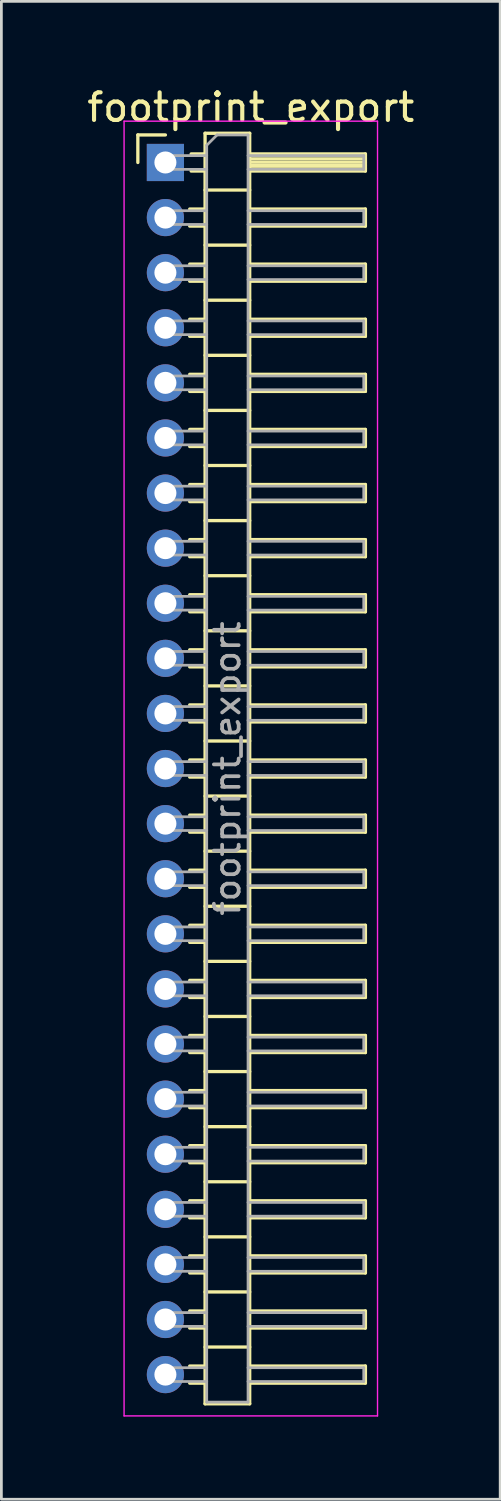
<source format=kicad_pcb>
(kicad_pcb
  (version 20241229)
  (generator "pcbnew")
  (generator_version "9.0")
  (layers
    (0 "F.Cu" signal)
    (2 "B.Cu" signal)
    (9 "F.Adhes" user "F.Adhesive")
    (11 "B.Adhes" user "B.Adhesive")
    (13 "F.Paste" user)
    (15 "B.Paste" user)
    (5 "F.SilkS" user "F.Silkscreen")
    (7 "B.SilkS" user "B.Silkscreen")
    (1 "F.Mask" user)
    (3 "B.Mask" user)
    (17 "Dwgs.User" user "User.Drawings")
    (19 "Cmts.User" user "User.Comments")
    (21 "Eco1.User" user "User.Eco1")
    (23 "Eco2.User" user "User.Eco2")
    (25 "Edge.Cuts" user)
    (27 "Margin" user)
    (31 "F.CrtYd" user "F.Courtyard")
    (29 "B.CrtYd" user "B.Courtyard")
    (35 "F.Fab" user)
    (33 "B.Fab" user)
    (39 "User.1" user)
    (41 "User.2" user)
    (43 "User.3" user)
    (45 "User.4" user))
  (footprint "footprint_export"
    (layer "F.Cu")
    (at 2.954 2.848)
    (property "Reference" "footprint_export" (at 3.1 -2 0) (layer "F.SilkS") (effects (font (size 1 1) (thickness 0.15))))
    (attr through_hole)
    (fp_line (start -1 -1) (end 0 -1) (stroke (width 0.12) (type solid)) (layer "F.SilkS"))
    (fp_line (start -1 0) (end -1 -1) (stroke (width 0.12) (type solid)) (layer "F.SilkS"))
    (fp_line (start 0.882 1.69) (end 1.44 1.69) (stroke (width 0.12) (type solid)) (layer "F.SilkS"))
    (fp_line (start 0.882 2.31) (end 1.44 2.31) (stroke (width 0.12) (type solid)) (layer "F.SilkS"))
    (fp_line (start 0.882 3.69) (end 1.44 3.69) (stroke (width 0.12) (type solid)) (layer "F.SilkS"))
    (fp_line (start 0.882 4.31) (end 1.44 4.31) (stroke (width 0.12) (type solid)) (layer "F.SilkS"))
    (fp_line (start 0.882 5.69) (end 1.44 5.69) (stroke (width 0.12) (type solid)) (layer "F.SilkS"))
    (fp_line (start 0.882 6.31) (end 1.44 6.31) (stroke (width 0.12) (type solid)) (layer "F.SilkS"))
    (fp_line (start 0.882 7.69) (end 1.44 7.69) (stroke (width 0.12) (type solid)) (layer "F.SilkS"))
    (fp_line (start 0.882 8.31) (end 1.44 8.31) (stroke (width 0.12) (type solid)) (layer "F.SilkS"))
    (fp_line (start 0.882 9.69) (end 1.44 9.69) (stroke (width 0.12) (type solid)) (layer "F.SilkS"))
    (fp_line (start 0.882 10.31) (end 1.44 10.31) (stroke (width 0.12) (type solid)) (layer "F.SilkS"))
    (fp_line (start 0.882 11.69) (end 1.44 11.69) (stroke (width 0.12) (type solid)) (layer "F.SilkS"))
    (fp_line (start 0.882 12.31) (end 1.44 12.31) (stroke (width 0.12) (type solid)) (layer "F.SilkS"))
    (fp_line (start 0.882 13.69) (end 1.44 13.69) (stroke (width 0.12) (type solid)) (layer "F.SilkS"))
    (fp_line (start 0.882 14.31) (end 1.44 14.31) (stroke (width 0.12) (type solid)) (layer "F.SilkS"))
    (fp_line (start 0.882 15.69) (end 1.44 15.69) (stroke (width 0.12) (type solid)) (layer "F.SilkS"))
    (fp_line (start 0.882 16.31) (end 1.44 16.31) (stroke (width 0.12) (type solid)) (layer "F.SilkS"))
    (fp_line (start 0.882 17.69) (end 1.44 17.69) (stroke (width 0.12) (type solid)) (layer "F.SilkS"))
    (fp_line (start 0.882 18.31) (end 1.44 18.31) (stroke (width 0.12) (type solid)) (layer "F.SilkS"))
    (fp_line (start 0.882 19.69) (end 1.44 19.69) (stroke (width 0.12) (type solid)) (layer "F.SilkS"))
    (fp_line (start 0.882 20.31) (end 1.44 20.31) (stroke (width 0.12) (type solid)) (layer "F.SilkS"))
    (fp_line (start 0.882 21.69) (end 1.44 21.69) (stroke (width 0.12) (type solid)) (layer "F.SilkS"))
    (fp_line (start 0.882 22.31) (end 1.44 22.31) (stroke (width 0.12) (type solid)) (layer "F.SilkS"))
    (fp_line (start 0.882 23.69) (end 1.44 23.69) (stroke (width 0.12) (type solid)) (layer "F.SilkS"))
    (fp_line (start 0.882 24.31) (end 1.44 24.31) (stroke (width 0.12) (type solid)) (layer "F.SilkS"))
    (fp_line (start 0.882 25.69) (end 1.44 25.69) (stroke (width 0.12) (type solid)) (layer "F.SilkS"))
    (fp_line (start 0.882 26.31) (end 1.44 26.31) (stroke (width 0.12) (type solid)) (layer "F.SilkS"))
    (fp_line (start 0.882 27.69) (end 1.44 27.69) (stroke (width 0.12) (type solid)) (layer "F.SilkS"))
    (fp_line (start 0.882 28.31) (end 1.44 28.31) (stroke (width 0.12) (type solid)) (layer "F.SilkS"))
    (fp_line (start 0.882 29.69) (end 1.44 29.69) (stroke (width 0.12) (type solid)) (layer "F.SilkS"))
    (fp_line (start 0.882 30.31) (end 1.44 30.31) (stroke (width 0.12) (type solid)) (layer "F.SilkS"))
    (fp_line (start 0.882 31.69) (end 1.44 31.69) (stroke (width 0.12) (type solid)) (layer "F.SilkS"))
    (fp_line (start 0.882 32.31) (end 1.44 32.31) (stroke (width 0.12) (type solid)) (layer "F.SilkS"))
    (fp_line (start 0.882 33.69) (end 1.44 33.69) (stroke (width 0.12) (type solid)) (layer "F.SilkS"))
    (fp_line (start 0.882 34.31) (end 1.44 34.31) (stroke (width 0.12) (type solid)) (layer "F.SilkS"))
    (fp_line (start 0.882 35.69) (end 1.44 35.69) (stroke (width 0.12) (type solid)) (layer "F.SilkS"))
    (fp_line (start 0.882 36.31) (end 1.44 36.31) (stroke (width 0.12) (type solid)) (layer "F.SilkS"))
    (fp_line (start 0.882 37.69) (end 1.44 37.69) (stroke (width 0.12) (type solid)) (layer "F.SilkS"))
    (fp_line (start 0.882 38.31) (end 1.44 38.31) (stroke (width 0.12) (type solid)) (layer "F.SilkS"))
    (fp_line (start 0.882 39.69) (end 1.44 39.69) (stroke (width 0.12) (type solid)) (layer "F.SilkS"))
    (fp_line (start 0.882 40.31) (end 1.44 40.31) (stroke (width 0.12) (type solid)) (layer "F.SilkS"))
    (fp_line (start 0.882 41.69) (end 1.44 41.69) (stroke (width 0.12) (type solid)) (layer "F.SilkS"))
    (fp_line (start 0.882 42.31) (end 1.44 42.31) (stroke (width 0.12) (type solid)) (layer "F.SilkS"))
    (fp_line (start 0.882 43.69) (end 1.44 43.69) (stroke (width 0.12) (type solid)) (layer "F.SilkS"))
    (fp_line (start 0.882 44.31) (end 1.44 44.31) (stroke (width 0.12) (type solid)) (layer "F.SilkS"))
    (fp_line (start 0.935 -0.31) (end 1.44 -0.31) (stroke (width 0.12) (type solid)) (layer "F.SilkS"))
    (fp_line (start 0.935 0.31) (end 1.44 0.31) (stroke (width 0.12) (type solid)) (layer "F.SilkS"))
    (fp_line (start 1.44 -1.06) (end 1.44 45.06) (stroke (width 0.12) (type solid)) (layer "F.SilkS"))
    (fp_line (start 1.44 1) (end 3.06 1) (stroke (width 0.12) (type solid)) (layer "F.SilkS"))
    (fp_line (start 1.44 3) (end 3.06 3) (stroke (width 0.12) (type solid)) (layer "F.SilkS"))
    (fp_line (start 1.44 5) (end 3.06 5) (stroke (width 0.12) (type solid)) (layer "F.SilkS"))
    (fp_line (start 1.44 7) (end 3.06 7) (stroke (width 0.12) (type solid)) (layer "F.SilkS"))
    (fp_line (start 1.44 9) (end 3.06 9) (stroke (width 0.12) (type solid)) (layer "F.SilkS"))
    (fp_line (start 1.44 11) (end 3.06 11) (stroke (width 0.12) (type solid)) (layer "F.SilkS"))
    (fp_line (start 1.44 13) (end 3.06 13) (stroke (width 0.12) (type solid)) (layer "F.SilkS"))
    (fp_line (start 1.44 15) (end 3.06 15) (stroke (width 0.12) (type solid)) (layer "F.SilkS"))
    (fp_line (start 1.44 17) (end 3.06 17) (stroke (width 0.12) (type solid)) (layer "F.SilkS"))
    (fp_line (start 1.44 19) (end 3.06 19) (stroke (width 0.12) (type solid)) (layer "F.SilkS"))
    (fp_line (start 1.44 21) (end 3.06 21) (stroke (width 0.12) (type solid)) (layer "F.SilkS"))
    (fp_line (start 1.44 23) (end 3.06 23) (stroke (width 0.12) (type solid)) (layer "F.SilkS"))
    (fp_line (start 1.44 25) (end 3.06 25) (stroke (width 0.12) (type solid)) (layer "F.SilkS"))
    (fp_line (start 1.44 27) (end 3.06 27) (stroke (width 0.12) (type solid)) (layer "F.SilkS"))
    (fp_line (start 1.44 29) (end 3.06 29) (stroke (width 0.12) (type solid)) (layer "F.SilkS"))
    (fp_line (start 1.44 31) (end 3.06 31) (stroke (width 0.12) (type solid)) (layer "F.SilkS"))
    (fp_line (start 1.44 33) (end 3.06 33) (stroke (width 0.12) (type solid)) (layer "F.SilkS"))
    (fp_line (start 1.44 35) (end 3.06 35) (stroke (width 0.12) (type solid)) (layer "F.SilkS"))
    (fp_line (start 1.44 37) (end 3.06 37) (stroke (width 0.12) (type solid)) (layer "F.SilkS"))
    (fp_line (start 1.44 39) (end 3.06 39) (stroke (width 0.12) (type solid)) (layer "F.SilkS"))
    (fp_line (start 1.44 41) (end 3.06 41) (stroke (width 0.12) (type solid)) (layer "F.SilkS"))
    (fp_line (start 1.44 43) (end 3.06 43) (stroke (width 0.12) (type solid)) (layer "F.SilkS"))
    (fp_line (start 1.44 45.06) (end 3.06 45.06) (stroke (width 0.12) (type solid)) (layer "F.SilkS"))
    (fp_line (start 3.06 -1.06) (end 1.44 -1.06) (stroke (width 0.12) (type solid)) (layer "F.SilkS"))
    (fp_line (start 3.06 -0.31) (end 7.26 -0.31) (stroke (width 0.12) (type solid)) (layer "F.SilkS"))
    (fp_line (start 3.06 -0.25) (end 7.26 -0.25) (stroke (width 0.12) (type solid)) (layer "F.SilkS"))
    (fp_line (start 3.06 -0.13) (end 7.26 -0.13) (stroke (width 0.12) (type solid)) (layer "F.SilkS"))
    (fp_line (start 3.06 -0.01) (end 7.26 -0.01) (stroke (width 0.12) (type solid)) (layer "F.SilkS"))
    (fp_line (start 3.06 0.11) (end 7.26 0.11) (stroke (width 0.12) (type solid)) (layer "F.SilkS"))
    (fp_line (start 3.06 0.23) (end 7.26 0.23) (stroke (width 0.12) (type solid)) (layer "F.SilkS"))
    (fp_line (start 3.06 1.69) (end 7.26 1.69) (stroke (width 0.12) (type solid)) (layer "F.SilkS"))
    (fp_line (start 3.06 3.69) (end 7.26 3.69) (stroke (width 0.12) (type solid)) (layer "F.SilkS"))
    (fp_line (start 3.06 5.69) (end 7.26 5.69) (stroke (width 0.12) (type solid)) (layer "F.SilkS"))
    (fp_line (start 3.06 7.69) (end 7.26 7.69) (stroke (width 0.12) (type solid)) (layer "F.SilkS"))
    (fp_line (start 3.06 9.69) (end 7.26 9.69) (stroke (width 0.12) (type solid)) (layer "F.SilkS"))
    (fp_line (start 3.06 11.69) (end 7.26 11.69) (stroke (width 0.12) (type solid)) (layer "F.SilkS"))
    (fp_line (start 3.06 13.69) (end 7.26 13.69) (stroke (width 0.12) (type solid)) (layer "F.SilkS"))
    (fp_line (start 3.06 15.69) (end 7.26 15.69) (stroke (width 0.12) (type solid)) (layer "F.SilkS"))
    (fp_line (start 3.06 17.69) (end 7.26 17.69) (stroke (width 0.12) (type solid)) (layer "F.SilkS"))
    (fp_line (start 3.06 19.69) (end 7.26 19.69) (stroke (width 0.12) (type solid)) (layer "F.SilkS"))
    (fp_line (start 3.06 21.69) (end 7.26 21.69) (stroke (width 0.12) (type solid)) (layer "F.SilkS"))
    (fp_line (start 3.06 23.69) (end 7.26 23.69) (stroke (width 0.12) (type solid)) (layer "F.SilkS"))
    (fp_line (start 3.06 25.69) (end 7.26 25.69) (stroke (width 0.12) (type solid)) (layer "F.SilkS"))
    (fp_line (start 3.06 27.69) (end 7.26 27.69) (stroke (width 0.12) (type solid)) (layer "F.SilkS"))
    (fp_line (start 3.06 29.69) (end 7.26 29.69) (stroke (width 0.12) (type solid)) (layer "F.SilkS"))
    (fp_line (start 3.06 31.69) (end 7.26 31.69) (stroke (width 0.12) (type solid)) (layer "F.SilkS"))
    (fp_line (start 3.06 33.69) (end 7.26 33.69) (stroke (width 0.12) (type solid)) (layer "F.SilkS"))
    (fp_line (start 3.06 35.69) (end 7.26 35.69) (stroke (width 0.12) (type solid)) (layer "F.SilkS"))
    (fp_line (start 3.06 37.69) (end 7.26 37.69) (stroke (width 0.12) (type solid)) (layer "F.SilkS"))
    (fp_line (start 3.06 39.69) (end 7.26 39.69) (stroke (width 0.12) (type solid)) (layer "F.SilkS"))
    (fp_line (start 3.06 41.69) (end 7.26 41.69) (stroke (width 0.12) (type solid)) (layer "F.SilkS"))
    (fp_line (start 3.06 43.69) (end 7.26 43.69) (stroke (width 0.12) (type solid)) (layer "F.SilkS"))
    (fp_line (start 3.06 45.06) (end 3.06 -1.06) (stroke (width 0.12) (type solid)) (layer "F.SilkS"))
    (fp_line (start 7.26 -0.31) (end 7.26 0.31) (stroke (width 0.12) (type solid)) (layer "F.SilkS"))
    (fp_line (start 7.26 0.31) (end 3.06 0.31) (stroke (width 0.12) (type solid)) (layer "F.SilkS"))
    (fp_line (start 7.26 1.69) (end 7.26 2.31) (stroke (width 0.12) (type solid)) (layer "F.SilkS"))
    (fp_line (start 7.26 2.31) (end 3.06 2.31) (stroke (width 0.12) (type solid)) (layer "F.SilkS"))
    (fp_line (start 7.26 3.69) (end 7.26 4.31) (stroke (width 0.12) (type solid)) (layer "F.SilkS"))
    (fp_line (start 7.26 4.31) (end 3.06 4.31) (stroke (width 0.12) (type solid)) (layer "F.SilkS"))
    (fp_line (start 7.26 5.69) (end 7.26 6.31) (stroke (width 0.12) (type solid)) (layer "F.SilkS"))
    (fp_line (start 7.26 6.31) (end 3.06 6.31) (stroke (width 0.12) (type solid)) (layer "F.SilkS"))
    (fp_line (start 7.26 7.69) (end 7.26 8.31) (stroke (width 0.12) (type solid)) (layer "F.SilkS"))
    (fp_line (start 7.26 8.31) (end 3.06 8.31) (stroke (width 0.12) (type solid)) (layer "F.SilkS"))
    (fp_line (start 7.26 9.69) (end 7.26 10.31) (stroke (width 0.12) (type solid)) (layer "F.SilkS"))
    (fp_line (start 7.26 10.31) (end 3.06 10.31) (stroke (width 0.12) (type solid)) (layer "F.SilkS"))
    (fp_line (start 7.26 11.69) (end 7.26 12.31) (stroke (width 0.12) (type solid)) (layer "F.SilkS"))
    (fp_line (start 7.26 12.31) (end 3.06 12.31) (stroke (width 0.12) (type solid)) (layer "F.SilkS"))
    (fp_line (start 7.26 13.69) (end 7.26 14.31) (stroke (width 0.12) (type solid)) (layer "F.SilkS"))
    (fp_line (start 7.26 14.31) (end 3.06 14.31) (stroke (width 0.12) (type solid)) (layer "F.SilkS"))
    (fp_line (start 7.26 15.69) (end 7.26 16.31) (stroke (width 0.12) (type solid)) (layer "F.SilkS"))
    (fp_line (start 7.26 16.31) (end 3.06 16.31) (stroke (width 0.12) (type solid)) (layer "F.SilkS"))
    (fp_line (start 7.26 17.69) (end 7.26 18.31) (stroke (width 0.12) (type solid)) (layer "F.SilkS"))
    (fp_line (start 7.26 18.31) (end 3.06 18.31) (stroke (width 0.12) (type solid)) (layer "F.SilkS"))
    (fp_line (start 7.26 19.69) (end 7.26 20.31) (stroke (width 0.12) (type solid)) (layer "F.SilkS"))
    (fp_line (start 7.26 20.31) (end 3.06 20.31) (stroke (width 0.12) (type solid)) (layer "F.SilkS"))
    (fp_line (start 7.26 21.69) (end 7.26 22.31) (stroke (width 0.12) (type solid)) (layer "F.SilkS"))
    (fp_line (start 7.26 22.31) (end 3.06 22.31) (stroke (width 0.12) (type solid)) (layer "F.SilkS"))
    (fp_line (start 7.26 23.69) (end 7.26 24.31) (stroke (width 0.12) (type solid)) (layer "F.SilkS"))
    (fp_line (start 7.26 24.31) (end 3.06 24.31) (stroke (width 0.12) (type solid)) (layer "F.SilkS"))
    (fp_line (start 7.26 25.69) (end 7.26 26.31) (stroke (width 0.12) (type solid)) (layer "F.SilkS"))
    (fp_line (start 7.26 26.31) (end 3.06 26.31) (stroke (width 0.12) (type solid)) (layer "F.SilkS"))
    (fp_line (start 7.26 27.69) (end 7.26 28.31) (stroke (width 0.12) (type solid)) (layer "F.SilkS"))
    (fp_line (start 7.26 28.31) (end 3.06 28.31) (stroke (width 0.12) (type solid)) (layer "F.SilkS"))
    (fp_line (start 7.26 29.69) (end 7.26 30.31) (stroke (width 0.12) (type solid)) (layer "F.SilkS"))
    (fp_line (start 7.26 30.31) (end 3.06 30.31) (stroke (width 0.12) (type solid)) (layer "F.SilkS"))
    (fp_line (start 7.26 31.69) (end 7.26 32.31) (stroke (width 0.12) (type solid)) (layer "F.SilkS"))
    (fp_line (start 7.26 32.31) (end 3.06 32.31) (stroke (width 0.12) (type solid)) (layer "F.SilkS"))
    (fp_line (start 7.26 33.69) (end 7.26 34.31) (stroke (width 0.12) (type solid)) (layer "F.SilkS"))
    (fp_line (start 7.26 34.31) (end 3.06 34.31) (stroke (width 0.12) (type solid)) (layer "F.SilkS"))
    (fp_line (start 7.26 35.69) (end 7.26 36.31) (stroke (width 0.12) (type solid)) (layer "F.SilkS"))
    (fp_line (start 7.26 36.31) (end 3.06 36.31) (stroke (width 0.12) (type solid)) (layer "F.SilkS"))
    (fp_line (start 7.26 37.69) (end 7.26 38.31) (stroke (width 0.12) (type solid)) (layer "F.SilkS"))
    (fp_line (start 7.26 38.31) (end 3.06 38.31) (stroke (width 0.12) (type solid)) (layer "F.SilkS"))
    (fp_line (start 7.26 39.69) (end 7.26 40.31) (stroke (width 0.12) (type solid)) (layer "F.SilkS"))
    (fp_line (start 7.26 40.31) (end 3.06 40.31) (stroke (width 0.12) (type solid)) (layer "F.SilkS"))
    (fp_line (start 7.26 41.69) (end 7.26 42.31) (stroke (width 0.12) (type solid)) (layer "F.SilkS"))
    (fp_line (start 7.26 42.31) (end 3.06 42.31) (stroke (width 0.12) (type solid)) (layer "F.SilkS"))
    (fp_line (start 7.26 43.69) (end 7.26 44.31) (stroke (width 0.12) (type solid)) (layer "F.SilkS"))
    (fp_line (start 7.26 44.31) (end 3.06 44.31) (stroke (width 0.12) (type solid)) (layer "F.SilkS"))
    (fp_line (start -1.5 -1.5) (end -1.5 45.5) (stroke (width 0.05) (type solid)) (layer "F.CrtYd"))
    (fp_line (start -1.5 45.5) (end 7.7 45.5) (stroke (width 0.05) (type solid)) (layer "F.CrtYd"))
    (fp_line (start 7.7 -1.5) (end -1.5 -1.5) (stroke (width 0.05) (type solid)) (layer "F.CrtYd"))
    (fp_line (start 7.7 45.5) (end 7.7 -1.5) (stroke (width 0.05) (type solid)) (layer "F.CrtYd"))
    (fp_line (start -0.25 -0.25) (end -0.25 0.25) (stroke (width 0.1) (type solid)) (layer "F.Fab"))
    (fp_line (start -0.25 -0.25) (end 1.5 -0.25) (stroke (width 0.1) (type solid)) (layer "F.Fab"))
    (fp_line (start -0.25 0.25) (end 1.5 0.25) (stroke (width 0.1) (type solid)) (layer "F.Fab"))
    (fp_line (start -0.25 1.75) (end -0.25 2.25) (stroke (width 0.1) (type solid)) (layer "F.Fab"))
    (fp_line (start -0.25 1.75) (end 1.5 1.75) (stroke (width 0.1) (type solid)) (layer "F.Fab"))
    (fp_line (start -0.25 2.25) (end 1.5 2.25) (stroke (width 0.1) (type solid)) (layer "F.Fab"))
    (fp_line (start -0.25 3.75) (end -0.25 4.25) (stroke (width 0.1) (type solid)) (layer "F.Fab"))
    (fp_line (start -0.25 3.75) (end 1.5 3.75) (stroke (width 0.1) (type solid)) (layer "F.Fab"))
    (fp_line (start -0.25 4.25) (end 1.5 4.25) (stroke (width 0.1) (type solid)) (layer "F.Fab"))
    (fp_line (start -0.25 5.75) (end -0.25 6.25) (stroke (width 0.1) (type solid)) (layer "F.Fab"))
    (fp_line (start -0.25 5.75) (end 1.5 5.75) (stroke (width 0.1) (type solid)) (layer "F.Fab"))
    (fp_line (start -0.25 6.25) (end 1.5 6.25) (stroke (width 0.1) (type solid)) (layer "F.Fab"))
    (fp_line (start -0.25 7.75) (end -0.25 8.25) (stroke (width 0.1) (type solid)) (layer "F.Fab"))
    (fp_line (start -0.25 7.75) (end 1.5 7.75) (stroke (width 0.1) (type solid)) (layer "F.Fab"))
    (fp_line (start -0.25 8.25) (end 1.5 8.25) (stroke (width 0.1) (type solid)) (layer "F.Fab"))
    (fp_line (start -0.25 9.75) (end -0.25 10.25) (stroke (width 0.1) (type solid)) (layer "F.Fab"))
    (fp_line (start -0.25 9.75) (end 1.5 9.75) (stroke (width 0.1) (type solid)) (layer "F.Fab"))
    (fp_line (start -0.25 10.25) (end 1.5 10.25) (stroke (width 0.1) (type solid)) (layer "F.Fab"))
    (fp_line (start -0.25 11.75) (end -0.25 12.25) (stroke (width 0.1) (type solid)) (layer "F.Fab"))
    (fp_line (start -0.25 11.75) (end 1.5 11.75) (stroke (width 0.1) (type solid)) (layer "F.Fab"))
    (fp_line (start -0.25 12.25) (end 1.5 12.25) (stroke (width 0.1) (type solid)) (layer "F.Fab"))
    (fp_line (start -0.25 13.75) (end -0.25 14.25) (stroke (width 0.1) (type solid)) (layer "F.Fab"))
    (fp_line (start -0.25 13.75) (end 1.5 13.75) (stroke (width 0.1) (type solid)) (layer "F.Fab"))
    (fp_line (start -0.25 14.25) (end 1.5 14.25) (stroke (width 0.1) (type solid)) (layer "F.Fab"))
    (fp_line (start -0.25 15.75) (end -0.25 16.25) (stroke (width 0.1) (type solid)) (layer "F.Fab"))
    (fp_line (start -0.25 15.75) (end 1.5 15.75) (stroke (width 0.1) (type solid)) (layer "F.Fab"))
    (fp_line (start -0.25 16.25) (end 1.5 16.25) (stroke (width 0.1) (type solid)) (layer "F.Fab"))
    (fp_line (start -0.25 17.75) (end -0.25 18.25) (stroke (width 0.1) (type solid)) (layer "F.Fab"))
    (fp_line (start -0.25 17.75) (end 1.5 17.75) (stroke (width 0.1) (type solid)) (layer "F.Fab"))
    (fp_line (start -0.25 18.25) (end 1.5 18.25) (stroke (width 0.1) (type solid)) (layer "F.Fab"))
    (fp_line (start -0.25 19.75) (end -0.25 20.25) (stroke (width 0.1) (type solid)) (layer "F.Fab"))
    (fp_line (start -0.25 19.75) (end 1.5 19.75) (stroke (width 0.1) (type solid)) (layer "F.Fab"))
    (fp_line (start -0.25 20.25) (end 1.5 20.25) (stroke (width 0.1) (type solid)) (layer "F.Fab"))
    (fp_line (start -0.25 21.75) (end -0.25 22.25) (stroke (width 0.1) (type solid)) (layer "F.Fab"))
    (fp_line (start -0.25 21.75) (end 1.5 21.75) (stroke (width 0.1) (type solid)) (layer "F.Fab"))
    (fp_line (start -0.25 22.25) (end 1.5 22.25) (stroke (width 0.1) (type solid)) (layer "F.Fab"))
    (fp_line (start -0.25 23.75) (end -0.25 24.25) (stroke (width 0.1) (type solid)) (layer "F.Fab"))
    (fp_line (start -0.25 23.75) (end 1.5 23.75) (stroke (width 0.1) (type solid)) (layer "F.Fab"))
    (fp_line (start -0.25 24.25) (end 1.5 24.25) (stroke (width 0.1) (type solid)) (layer "F.Fab"))
    (fp_line (start -0.25 25.75) (end -0.25 26.25) (stroke (width 0.1) (type solid)) (layer "F.Fab"))
    (fp_line (start -0.25 25.75) (end 1.5 25.75) (stroke (width 0.1) (type solid)) (layer "F.Fab"))
    (fp_line (start -0.25 26.25) (end 1.5 26.25) (stroke (width 0.1) (type solid)) (layer "F.Fab"))
    (fp_line (start -0.25 27.75) (end -0.25 28.25) (stroke (width 0.1) (type solid)) (layer "F.Fab"))
    (fp_line (start -0.25 27.75) (end 1.5 27.75) (stroke (width 0.1) (type solid)) (layer "F.Fab"))
    (fp_line (start -0.25 28.25) (end 1.5 28.25) (stroke (width 0.1) (type solid)) (layer "F.Fab"))
    (fp_line (start -0.25 29.75) (end -0.25 30.25) (stroke (width 0.1) (type solid)) (layer "F.Fab"))
    (fp_line (start -0.25 29.75) (end 1.5 29.75) (stroke (width 0.1) (type solid)) (layer "F.Fab"))
    (fp_line (start -0.25 30.25) (end 1.5 30.25) (stroke (width 0.1) (type solid)) (layer "F.Fab"))
    (fp_line (start -0.25 31.75) (end -0.25 32.25) (stroke (width 0.1) (type solid)) (layer "F.Fab"))
    (fp_line (start -0.25 31.75) (end 1.5 31.75) (stroke (width 0.1) (type solid)) (layer "F.Fab"))
    (fp_line (start -0.25 32.25) (end 1.5 32.25) (stroke (width 0.1) (type solid)) (layer "F.Fab"))
    (fp_line (start -0.25 33.75) (end -0.25 34.25) (stroke (width 0.1) (type solid)) (layer "F.Fab"))
    (fp_line (start -0.25 33.75) (end 1.5 33.75) (stroke (width 0.1) (type solid)) (layer "F.Fab"))
    (fp_line (start -0.25 34.25) (end 1.5 34.25) (stroke (width 0.1) (type solid)) (layer "F.Fab"))
    (fp_line (start -0.25 35.75) (end -0.25 36.25) (stroke (width 0.1) (type solid)) (layer "F.Fab"))
    (fp_line (start -0.25 35.75) (end 1.5 35.75) (stroke (width 0.1) (type solid)) (layer "F.Fab"))
    (fp_line (start -0.25 36.25) (end 1.5 36.25) (stroke (width 0.1) (type solid)) (layer "F.Fab"))
    (fp_line (start -0.25 37.75) (end -0.25 38.25) (stroke (width 0.1) (type solid)) (layer "F.Fab"))
    (fp_line (start -0.25 37.75) (end 1.5 37.75) (stroke (width 0.1) (type solid)) (layer "F.Fab"))
    (fp_line (start -0.25 38.25) (end 1.5 38.25) (stroke (width 0.1) (type solid)) (layer "F.Fab"))
    (fp_line (start -0.25 39.75) (end -0.25 40.25) (stroke (width 0.1) (type solid)) (layer "F.Fab"))
    (fp_line (start -0.25 39.75) (end 1.5 39.75) (stroke (width 0.1) (type solid)) (layer "F.Fab"))
    (fp_line (start -0.25 40.25) (end 1.5 40.25) (stroke (width 0.1) (type solid)) (layer "F.Fab"))
    (fp_line (start -0.25 41.75) (end -0.25 42.25) (stroke (width 0.1) (type solid)) (layer "F.Fab"))
    (fp_line (start -0.25 41.75) (end 1.5 41.75) (stroke (width 0.1) (type solid)) (layer "F.Fab"))
    (fp_line (start -0.25 42.25) (end 1.5 42.25) (stroke (width 0.1) (type solid)) (layer "F.Fab"))
    (fp_line (start -0.25 43.75) (end -0.25 44.25) (stroke (width 0.1) (type solid)) (layer "F.Fab"))
    (fp_line (start -0.25 43.75) (end 1.5 43.75) (stroke (width 0.1) (type solid)) (layer "F.Fab"))
    (fp_line (start -0.25 44.25) (end 1.5 44.25) (stroke (width 0.1) (type solid)) (layer "F.Fab"))
    (fp_line (start 1.5 -0.625) (end 1.875 -1) (stroke (width 0.1) (type solid)) (layer "F.Fab"))
    (fp_line (start 1.5 45) (end 1.5 -0.625) (stroke (width 0.1) (type solid)) (layer "F.Fab"))
    (fp_line (start 1.875 -1) (end 3 -1) (stroke (width 0.1) (type solid)) (layer "F.Fab"))
    (fp_line (start 3 -1) (end 3 45) (stroke (width 0.1) (type solid)) (layer "F.Fab"))
    (fp_line (start 3 -0.25) (end 7.2 -0.25) (stroke (width 0.1) (type solid)) (layer "F.Fab"))
    (fp_line (start 3 0.25) (end 7.2 0.25) (stroke (width 0.1) (type solid)) (layer "F.Fab"))
    (fp_line (start 3 1.75) (end 7.2 1.75) (stroke (width 0.1) (type solid)) (layer "F.Fab"))
    (fp_line (start 3 2.25) (end 7.2 2.25) (stroke (width 0.1) (type solid)) (layer "F.Fab"))
    (fp_line (start 3 3.75) (end 7.2 3.75) (stroke (width 0.1) (type solid)) (layer "F.Fab"))
    (fp_line (start 3 4.25) (end 7.2 4.25) (stroke (width 0.1) (type solid)) (layer "F.Fab"))
    (fp_line (start 3 5.75) (end 7.2 5.75) (stroke (width 0.1) (type solid)) (layer "F.Fab"))
    (fp_line (start 3 6.25) (end 7.2 6.25) (stroke (width 0.1) (type solid)) (layer "F.Fab"))
    (fp_line (start 3 7.75) (end 7.2 7.75) (stroke (width 0.1) (type solid)) (layer "F.Fab"))
    (fp_line (start 3 8.25) (end 7.2 8.25) (stroke (width 0.1) (type solid)) (layer "F.Fab"))
    (fp_line (start 3 9.75) (end 7.2 9.75) (stroke (width 0.1) (type solid)) (layer "F.Fab"))
    (fp_line (start 3 10.25) (end 7.2 10.25) (stroke (width 0.1) (type solid)) (layer "F.Fab"))
    (fp_line (start 3 11.75) (end 7.2 11.75) (stroke (width 0.1) (type solid)) (layer "F.Fab"))
    (fp_line (start 3 12.25) (end 7.2 12.25) (stroke (width 0.1) (type solid)) (layer "F.Fab"))
    (fp_line (start 3 13.75) (end 7.2 13.75) (stroke (width 0.1) (type solid)) (layer "F.Fab"))
    (fp_line (start 3 14.25) (end 7.2 14.25) (stroke (width 0.1) (type solid)) (layer "F.Fab"))
    (fp_line (start 3 15.75) (end 7.2 15.75) (stroke (width 0.1) (type solid)) (layer "F.Fab"))
    (fp_line (start 3 16.25) (end 7.2 16.25) (stroke (width 0.1) (type solid)) (layer "F.Fab"))
    (fp_line (start 3 17.75) (end 7.2 17.75) (stroke (width 0.1) (type solid)) (layer "F.Fab"))
    (fp_line (start 3 18.25) (end 7.2 18.25) (stroke (width 0.1) (type solid)) (layer "F.Fab"))
    (fp_line (start 3 19.75) (end 7.2 19.75) (stroke (width 0.1) (type solid)) (layer "F.Fab"))
    (fp_line (start 3 20.25) (end 7.2 20.25) (stroke (width 0.1) (type solid)) (layer "F.Fab"))
    (fp_line (start 3 21.75) (end 7.2 21.75) (stroke (width 0.1) (type solid)) (layer "F.Fab"))
    (fp_line (start 3 22.25) (end 7.2 22.25) (stroke (width 0.1) (type solid)) (layer "F.Fab"))
    (fp_line (start 3 23.75) (end 7.2 23.75) (stroke (width 0.1) (type solid)) (layer "F.Fab"))
    (fp_line (start 3 24.25) (end 7.2 24.25) (stroke (width 0.1) (type solid)) (layer "F.Fab"))
    (fp_line (start 3 25.75) (end 7.2 25.75) (stroke (width 0.1) (type solid)) (layer "F.Fab"))
    (fp_line (start 3 26.25) (end 7.2 26.25) (stroke (width 0.1) (type solid)) (layer "F.Fab"))
    (fp_line (start 3 27.75) (end 7.2 27.75) (stroke (width 0.1) (type solid)) (layer "F.Fab"))
    (fp_line (start 3 28.25) (end 7.2 28.25) (stroke (width 0.1) (type solid)) (layer "F.Fab"))
    (fp_line (start 3 29.75) (end 7.2 29.75) (stroke (width 0.1) (type solid)) (layer "F.Fab"))
    (fp_line (start 3 30.25) (end 7.2 30.25) (stroke (width 0.1) (type solid)) (layer "F.Fab"))
    (fp_line (start 3 31.75) (end 7.2 31.75) (stroke (width 0.1) (type solid)) (layer "F.Fab"))
    (fp_line (start 3 32.25) (end 7.2 32.25) (stroke (width 0.1) (type solid)) (layer "F.Fab"))
    (fp_line (start 3 33.75) (end 7.2 33.75) (stroke (width 0.1) (type solid)) (layer "F.Fab"))
    (fp_line (start 3 34.25) (end 7.2 34.25) (stroke (width 0.1) (type solid)) (layer "F.Fab"))
    (fp_line (start 3 35.75) (end 7.2 35.75) (stroke (width 0.1) (type solid)) (layer "F.Fab"))
    (fp_line (start 3 36.25) (end 7.2 36.25) (stroke (width 0.1) (type solid)) (layer "F.Fab"))
    (fp_line (start 3 37.75) (end 7.2 37.75) (stroke (width 0.1) (type solid)) (layer "F.Fab"))
    (fp_line (start 3 38.25) (end 7.2 38.25) (stroke (width 0.1) (type solid)) (layer "F.Fab"))
    (fp_line (start 3 39.75) (end 7.2 39.75) (stroke (width 0.1) (type solid)) (layer "F.Fab"))
    (fp_line (start 3 40.25) (end 7.2 40.25) (stroke (width 0.1) (type solid)) (layer "F.Fab"))
    (fp_line (start 3 41.75) (end 7.2 41.75) (stroke (width 0.1) (type solid)) (layer "F.Fab"))
    (fp_line (start 3 42.25) (end 7.2 42.25) (stroke (width 0.1) (type solid)) (layer "F.Fab"))
    (fp_line (start 3 43.75) (end 7.2 43.75) (stroke (width 0.1) (type solid)) (layer "F.Fab"))
    (fp_line (start 3 44.25) (end 7.2 44.25) (stroke (width 0.1) (type solid)) (layer "F.Fab"))
    (fp_line (start 3 45) (end 1.5 45) (stroke (width 0.1) (type solid)) (layer "F.Fab"))
    (fp_line (start 7.2 -0.25) (end 7.2 0.25) (stroke (width 0.1) (type solid)) (layer "F.Fab"))
    (fp_line (start 7.2 1.75) (end 7.2 2.25) (stroke (width 0.1) (type solid)) (layer "F.Fab"))
    (fp_line (start 7.2 3.75) (end 7.2 4.25) (stroke (width 0.1) (type solid)) (layer "F.Fab"))
    (fp_line (start 7.2 5.75) (end 7.2 6.25) (stroke (width 0.1) (type solid)) (layer "F.Fab"))
    (fp_line (start 7.2 7.75) (end 7.2 8.25) (stroke (width 0.1) (type solid)) (layer "F.Fab"))
    (fp_line (start 7.2 9.75) (end 7.2 10.25) (stroke (width 0.1) (type solid)) (layer "F.Fab"))
    (fp_line (start 7.2 11.75) (end 7.2 12.25) (stroke (width 0.1) (type solid)) (layer "F.Fab"))
    (fp_line (start 7.2 13.75) (end 7.2 14.25) (stroke (width 0.1) (type solid)) (layer "F.Fab"))
    (fp_line (start 7.2 15.75) (end 7.2 16.25) (stroke (width 0.1) (type solid)) (layer "F.Fab"))
    (fp_line (start 7.2 17.75) (end 7.2 18.25) (stroke (width 0.1) (type solid)) (layer "F.Fab"))
    (fp_line (start 7.2 19.75) (end 7.2 20.25) (stroke (width 0.1) (type solid)) (layer "F.Fab"))
    (fp_line (start 7.2 21.75) (end 7.2 22.25) (stroke (width 0.1) (type solid)) (layer "F.Fab"))
    (fp_line (start 7.2 23.75) (end 7.2 24.25) (stroke (width 0.1) (type solid)) (layer "F.Fab"))
    (fp_line (start 7.2 25.75) (end 7.2 26.25) (stroke (width 0.1) (type solid)) (layer "F.Fab"))
    (fp_line (start 7.2 27.75) (end 7.2 28.25) (stroke (width 0.1) (type solid)) (layer "F.Fab"))
    (fp_line (start 7.2 29.75) (end 7.2 30.25) (stroke (width 0.1) (type solid)) (layer "F.Fab"))
    (fp_line (start 7.2 31.75) (end 7.2 32.25) (stroke (width 0.1) (type solid)) (layer "F.Fab"))
    (fp_line (start 7.2 33.75) (end 7.2 34.25) (stroke (width 0.1) (type solid)) (layer "F.Fab"))
    (fp_line (start 7.2 35.75) (end 7.2 36.25) (stroke (width 0.1) (type solid)) (layer "F.Fab"))
    (fp_line (start 7.2 37.75) (end 7.2 38.25) (stroke (width 0.1) (type solid)) (layer "F.Fab"))
    (fp_line (start 7.2 39.75) (end 7.2 40.25) (stroke (width 0.1) (type solid)) (layer "F.Fab"))
    (fp_line (start 7.2 41.75) (end 7.2 42.25) (stroke (width 0.1) (type solid)) (layer "F.Fab"))
    (fp_line (start 7.2 43.75) (end 7.2 44.25) (stroke (width 0.1) (type solid)) (layer "F.Fab"))
    (fp_text user "${REFERENCE}" (at 2.25 22 90) (layer "F.Fab") (effects (font (size 0.9 0.9) (thickness 0.135))))
    (pad "1" thru_hole rect (at 0 0) (size 1.35 1.35) (drill 0.8) (layers "*.Cu" "*.Mask"))
    (pad "2" thru_hole oval (at 0 2) (size 1.35 1.35) (drill 0.8) (layers "*.Cu" "*.Mask"))
    (pad "3" thru_hole oval (at 0 4) (size 1.35 1.35) (drill 0.8) (layers "*.Cu" "*.Mask"))
    (pad "4" thru_hole oval (at 0 6) (size 1.35 1.35) (drill 0.8) (layers "*.Cu" "*.Mask"))
    (pad "5" thru_hole oval (at 0 8) (size 1.35 1.35) (drill 0.8) (layers "*.Cu" "*.Mask"))
    (pad "6" thru_hole oval (at 0 10) (size 1.35 1.35) (drill 0.8) (layers "*.Cu" "*.Mask"))
    (pad "7" thru_hole oval (at 0 12) (size 1.35 1.35) (drill 0.8) (layers "*.Cu" "*.Mask"))
    (pad "8" thru_hole oval (at 0 14) (size 1.35 1.35) (drill 0.8) (layers "*.Cu" "*.Mask"))
    (pad "9" thru_hole oval (at 0 16) (size 1.35 1.35) (drill 0.8) (layers "*.Cu" "*.Mask"))
    (pad "10" thru_hole oval (at 0 18) (size 1.35 1.35) (drill 0.8) (layers "*.Cu" "*.Mask"))
    (pad "11" thru_hole oval (at 0 20) (size 1.35 1.35) (drill 0.8) (layers "*.Cu" "*.Mask"))
    (pad "12" thru_hole oval (at 0 22) (size 1.35 1.35) (drill 0.8) (layers "*.Cu" "*.Mask"))
    (pad "13" thru_hole oval (at 0 24) (size 1.35 1.35) (drill 0.8) (layers "*.Cu" "*.Mask"))
    (pad "14" thru_hole oval (at 0 26) (size 1.35 1.35) (drill 0.8) (layers "*.Cu" "*.Mask"))
    (pad "15" thru_hole oval (at 0 28) (size 1.35 1.35) (drill 0.8) (layers "*.Cu" "*.Mask"))
    (pad "16" thru_hole oval (at 0 30) (size 1.35 1.35) (drill 0.8) (layers "*.Cu" "*.Mask"))
    (pad "17" thru_hole oval (at 0 32) (size 1.35 1.35) (drill 0.8) (layers "*.Cu" "*.Mask"))
    (pad "18" thru_hole oval (at 0 34) (size 1.35 1.35) (drill 0.8) (layers "*.Cu" "*.Mask"))
    (pad "19" thru_hole oval (at 0 36) (size 1.35 1.35) (drill 0.8) (layers "*.Cu" "*.Mask"))
    (pad "20" thru_hole oval (at 0 38) (size 1.35 1.35) (drill 0.8) (layers "*.Cu" "*.Mask"))
    (pad "21" thru_hole oval (at 0 40) (size 1.35 1.35) (drill 0.8) (layers "*.Cu" "*.Mask"))
    (pad "22" thru_hole oval (at 0 42) (size 1.35 1.35) (drill 0.8) (layers "*.Cu" "*.Mask"))
    (pad "23" thru_hole oval (at 0 44) (size 1.35 1.35) (drill 0.8) (layers "*.Cu" "*.Mask")))
  (gr_rect
    (start -3 -3)
    (end 15.107 51.373)
    (stroke (width 0.1) (type default))
    (fill no)
    (layer "Edge.Cuts")))
</source>
